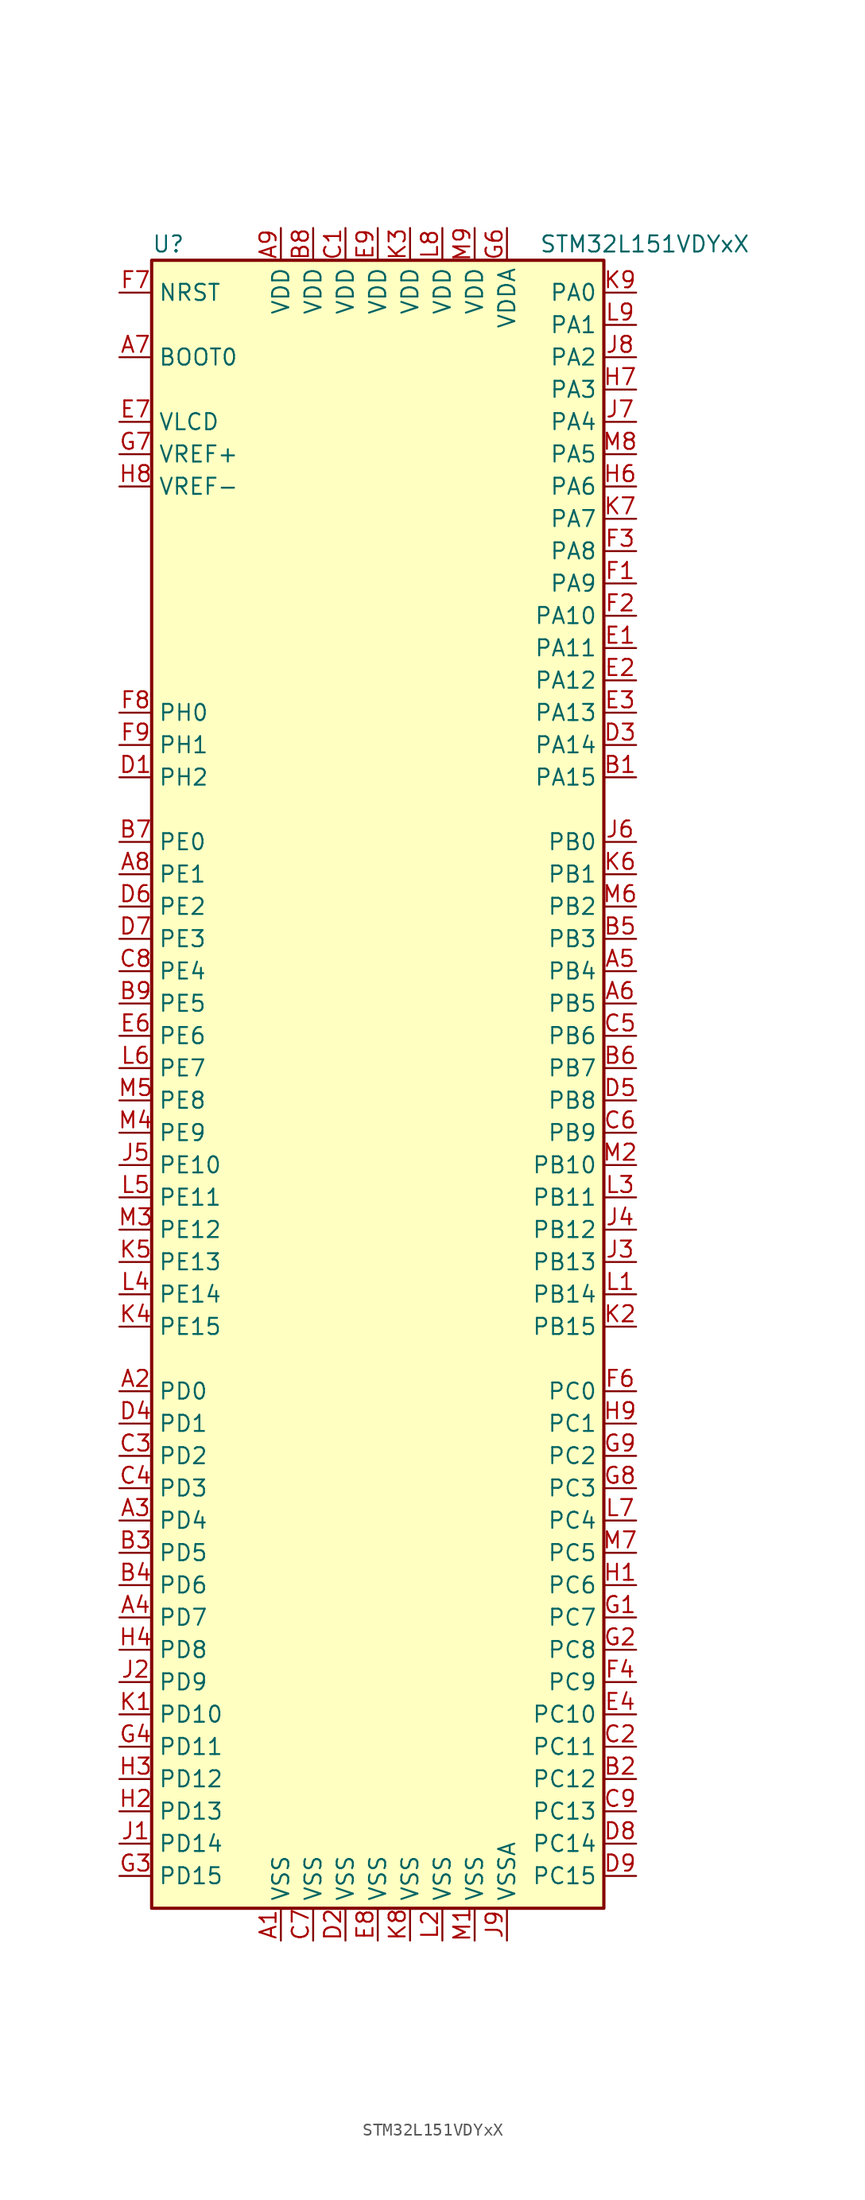
<source format=kicad_sym>
(kicad_symbol_lib
  (version 20211014)
  (generator kicad_symbol_editor)
  (symbol "STM32L151VDYxX"
    (property "Reference" "U"
      (at -17.78 64.77 0)
      (effects (font (size 1.27 1.27)) (justify left)))
    (property "Value" "STM32L151VDYxX"
      (at 12.7 64.77 0)
      (effects (font (size 1.27 1.27)) (justify left)))
    (symbol "STM32L151VDYxX_0_1"
      (rectangle (start -17.78 -66.04) (end 17.78 63.5) (stroke (width 0.254) (type default) (color 0 0 0 0)) (fill (type background))))
    (symbol "STM32L151VDYxX_1_1"
      (pin power_in line (at -7.62 -68.58 90) (length 2.54) (name "VSS" (effects (font (size 1.27 1.27)))) (number "A1" (effects (font (size 1.27 1.27)))))
      (pin bidirectional line (at -20.32 -25.4 0) (length 2.54) (name "PD0" (effects (font (size 1.27 1.27)))) (number "A2" (effects (font (size 1.27 1.27)))))
      (pin bidirectional line (at -20.32 -35.56 0) (length 2.54) (name "PD4" (effects (font (size 1.27 1.27)))) (number "A3" (effects (font (size 1.27 1.27)))))
      (pin bidirectional line (at -20.32 -43.18 0) (length 2.54) (name "PD7" (effects (font (size 1.27 1.27)))) (number "A4" (effects (font (size 1.27 1.27)))))
      (pin bidirectional line (at 20.32 7.62 180) (length 2.54) (name "PB4" (effects (font (size 1.27 1.27)))) (number "A5" (effects (font (size 1.27 1.27)))))
      (pin bidirectional line (at 20.32 5.08 180) (length 2.54) (name "PB5" (effects (font (size 1.27 1.27)))) (number "A6" (effects (font (size 1.27 1.27)))))
      (pin input line (at -20.32 55.88 0) (length 2.54) (name "BOOT0" (effects (font (size 1.27 1.27)))) (number "A7" (effects (font (size 1.27 1.27)))))
      (pin bidirectional line (at -20.32 15.24 0) (length 2.54) (name "PE1" (effects (font (size 1.27 1.27)))) (number "A8" (effects (font (size 1.27 1.27)))))
      (pin power_in line (at -7.62 66.04 270) (length 2.54) (name "VDD" (effects (font (size 1.27 1.27)))) (number "A9" (effects (font (size 1.27 1.27)))))
      (pin bidirectional line (at 20.32 22.86 180) (length 2.54) (name "PA15" (effects (font (size 1.27 1.27)))) (number "B1" (effects (font (size 1.27 1.27)))))
      (pin bidirectional line (at 20.32 -55.88 180) (length 2.54) (name "PC12" (effects (font (size 1.27 1.27)))) (number "B2" (effects (font (size 1.27 1.27)))))
      (pin bidirectional line (at -20.32 -38.1 0) (length 2.54) (name "PD5" (effects (font (size 1.27 1.27)))) (number "B3" (effects (font (size 1.27 1.27)))))
      (pin bidirectional line (at -20.32 -40.64 0) (length 2.54) (name "PD6" (effects (font (size 1.27 1.27)))) (number "B4" (effects (font (size 1.27 1.27)))))
      (pin bidirectional line (at 20.32 10.16 180) (length 2.54) (name "PB3" (effects (font (size 1.27 1.27)))) (number "B5" (effects (font (size 1.27 1.27)))))
      (pin bidirectional line (at 20.32 0 180) (length 2.54) (name "PB7" (effects (font (size 1.27 1.27)))) (number "B6" (effects (font (size 1.27 1.27)))))
      (pin bidirectional line (at -20.32 17.78 0) (length 2.54) (name "PE0" (effects (font (size 1.27 1.27)))) (number "B7" (effects (font (size 1.27 1.27)))))
      (pin power_in line (at -5.08 66.04 270) (length 2.54) (name "VDD" (effects (font (size 1.27 1.27)))) (number "B8" (effects (font (size 1.27 1.27)))))
      (pin bidirectional line (at -20.32 5.08 0) (length 2.54) (name "PE5" (effects (font (size 1.27 1.27)))) (number "B9" (effects (font (size 1.27 1.27)))))
      (pin power_in line (at -2.54 66.04 270) (length 2.54) (name "VDD" (effects (font (size 1.27 1.27)))) (number "C1" (effects (font (size 1.27 1.27)))))
      (pin bidirectional line (at 20.32 -53.34 180) (length 2.54) (name "PC11" (effects (font (size 1.27 1.27)))) (number "C2" (effects (font (size 1.27 1.27)))))
      (pin bidirectional line (at -20.32 -30.48 0) (length 2.54) (name "PD2" (effects (font (size 1.27 1.27)))) (number "C3" (effects (font (size 1.27 1.27)))))
      (pin bidirectional line (at -20.32 -33.02 0) (length 2.54) (name "PD3" (effects (font (size 1.27 1.27)))) (number "C4" (effects (font (size 1.27 1.27)))))
      (pin bidirectional line (at 20.32 2.54 180) (length 2.54) (name "PB6" (effects (font (size 1.27 1.27)))) (number "C5" (effects (font (size 1.27 1.27)))))
      (pin bidirectional line (at 20.32 -5.08 180) (length 2.54) (name "PB9" (effects (font (size 1.27 1.27)))) (number "C6" (effects (font (size 1.27 1.27)))))
      (pin power_in line (at -5.08 -68.58 90) (length 2.54) (name "VSS" (effects (font (size 1.27 1.27)))) (number "C7" (effects (font (size 1.27 1.27)))))
      (pin bidirectional line (at -20.32 7.62 0) (length 2.54) (name "PE4" (effects (font (size 1.27 1.27)))) (number "C8" (effects (font (size 1.27 1.27)))))
      (pin bidirectional line (at 20.32 -58.42 180) (length 2.54) (name "PC13" (effects (font (size 1.27 1.27)))) (number "C9" (effects (font (size 1.27 1.27)))))
      (pin bidirectional line (at -20.32 22.86 0) (length 2.54) (name "PH2" (effects (font (size 1.27 1.27)))) (number "D1" (effects (font (size 1.27 1.27)))))
      (pin power_in line (at -2.54 -68.58 90) (length 2.54) (name "VSS" (effects (font (size 1.27 1.27)))) (number "D2" (effects (font (size 1.27 1.27)))))
      (pin bidirectional line (at 20.32 25.4 180) (length 2.54) (name "PA14" (effects (font (size 1.27 1.27)))) (number "D3" (effects (font (size 1.27 1.27)))))
      (pin bidirectional line (at -20.32 -27.94 0) (length 2.54) (name "PD1" (effects (font (size 1.27 1.27)))) (number "D4" (effects (font (size 1.27 1.27)))))
      (pin bidirectional line (at 20.32 -2.54 180) (length 2.54) (name "PB8" (effects (font (size 1.27 1.27)))) (number "D5" (effects (font (size 1.27 1.27)))))
      (pin bidirectional line (at -20.32 12.7 0) (length 2.54) (name "PE2" (effects (font (size 1.27 1.27)))) (number "D6" (effects (font (size 1.27 1.27)))))
      (pin bidirectional line (at -20.32 10.16 0) (length 2.54) (name "PE3" (effects (font (size 1.27 1.27)))) (number "D7" (effects (font (size 1.27 1.27)))))
      (pin bidirectional line (at 20.32 -60.96 180) (length 2.54) (name "PC14" (effects (font (size 1.27 1.27)))) (number "D8" (effects (font (size 1.27 1.27)))))
      (pin bidirectional line (at 20.32 -63.5 180) (length 2.54) (name "PC15" (effects (font (size 1.27 1.27)))) (number "D9" (effects (font (size 1.27 1.27)))))
      (pin bidirectional line (at 20.32 33.02 180) (length 2.54) (name "PA11" (effects (font (size 1.27 1.27)))) (number "E1" (effects (font (size 1.27 1.27)))))
      (pin bidirectional line (at 20.32 30.48 180) (length 2.54) (name "PA12" (effects (font (size 1.27 1.27)))) (number "E2" (effects (font (size 1.27 1.27)))))
      (pin bidirectional line (at 20.32 27.94 180) (length 2.54) (name "PA13" (effects (font (size 1.27 1.27)))) (number "E3" (effects (font (size 1.27 1.27)))))
      (pin bidirectional line (at 20.32 -50.8 180) (length 2.54) (name "PC10" (effects (font (size 1.27 1.27)))) (number "E4" (effects (font (size 1.27 1.27)))))
      (pin bidirectional line (at -20.32 2.54 0) (length 2.54) (name "PE6" (effects (font (size 1.27 1.27)))) (number "E6" (effects (font (size 1.27 1.27)))))
      (pin power_in line (at -20.32 50.8 0) (length 2.54) (name "VLCD" (effects (font (size 1.27 1.27)))) (number "E7" (effects (font (size 1.27 1.27)))))
      (pin power_in line (at 0 -68.58 90) (length 2.54) (name "VSS" (effects (font (size 1.27 1.27)))) (number "E8" (effects (font (size 1.27 1.27)))))
      (pin power_in line (at 0 66.04 270) (length 2.54) (name "VDD" (effects (font (size 1.27 1.27)))) (number "E9" (effects (font (size 1.27 1.27)))))
      (pin bidirectional line (at 20.32 38.1 180) (length 2.54) (name "PA9" (effects (font (size 1.27 1.27)))) (number "F1" (effects (font (size 1.27 1.27)))))
      (pin bidirectional line (at 20.32 35.56 180) (length 2.54) (name "PA10" (effects (font (size 1.27 1.27)))) (number "F2" (effects (font (size 1.27 1.27)))))
      (pin bidirectional line (at 20.32 40.64 180) (length 2.54) (name "PA8" (effects (font (size 1.27 1.27)))) (number "F3" (effects (font (size 1.27 1.27)))))
      (pin bidirectional line (at 20.32 -48.26 180) (length 2.54) (name "PC9" (effects (font (size 1.27 1.27)))) (number "F4" (effects (font (size 1.27 1.27)))))
      (pin bidirectional line (at 20.32 -25.4 180) (length 2.54) (name "PC0" (effects (font (size 1.27 1.27)))) (number "F6" (effects (font (size 1.27 1.27)))))
      (pin input line (at -20.32 60.96 0) (length 2.54) (name "NRST" (effects (font (size 1.27 1.27)))) (number "F7" (effects (font (size 1.27 1.27)))))
      (pin input line (at -20.32 27.94 0) (length 2.54) (name "PH0" (effects (font (size 1.27 1.27)))) (number "F8" (effects (font (size 1.27 1.27)))))
      (pin input line (at -20.32 25.4 0) (length 2.54) (name "PH1" (effects (font (size 1.27 1.27)))) (number "F9" (effects (font (size 1.27 1.27)))))
      (pin bidirectional line (at 20.32 -43.18 180) (length 2.54) (name "PC7" (effects (font (size 1.27 1.27)))) (number "G1" (effects (font (size 1.27 1.27)))))
      (pin bidirectional line (at 20.32 -45.72 180) (length 2.54) (name "PC8" (effects (font (size 1.27 1.27)))) (number "G2" (effects (font (size 1.27 1.27)))))
      (pin bidirectional line (at -20.32 -63.5 0) (length 2.54) (name "PD15" (effects (font (size 1.27 1.27)))) (number "G3" (effects (font (size 1.27 1.27)))))
      (pin bidirectional line (at -20.32 -53.34 0) (length 2.54) (name "PD11" (effects (font (size 1.27 1.27)))) (number "G4" (effects (font (size 1.27 1.27)))))
      (pin power_in line (at 10.16 66.04 270) (length 2.54) (name "VDDA" (effects (font (size 1.27 1.27)))) (number "G6" (effects (font (size 1.27 1.27)))))
      (pin power_in line (at -20.32 48.26 0) (length 2.54) (name "VREF+" (effects (font (size 1.27 1.27)))) (number "G7" (effects (font (size 1.27 1.27)))))
      (pin bidirectional line (at 20.32 -33.02 180) (length 2.54) (name "PC3" (effects (font (size 1.27 1.27)))) (number "G8" (effects (font (size 1.27 1.27)))))
      (pin bidirectional line (at 20.32 -30.48 180) (length 2.54) (name "PC2" (effects (font (size 1.27 1.27)))) (number "G9" (effects (font (size 1.27 1.27)))))
      (pin bidirectional line (at 20.32 -40.64 180) (length 2.54) (name "PC6" (effects (font (size 1.27 1.27)))) (number "H1" (effects (font (size 1.27 1.27)))))
      (pin bidirectional line (at -20.32 -58.42 0) (length 2.54) (name "PD13" (effects (font (size 1.27 1.27)))) (number "H2" (effects (font (size 1.27 1.27)))))
      (pin bidirectional line (at -20.32 -55.88 0) (length 2.54) (name "PD12" (effects (font (size 1.27 1.27)))) (number "H3" (effects (font (size 1.27 1.27)))))
      (pin bidirectional line (at -20.32 -45.72 0) (length 2.54) (name "PD8" (effects (font (size 1.27 1.27)))) (number "H4" (effects (font (size 1.27 1.27)))))
      (pin bidirectional line (at 20.32 45.72 180) (length 2.54) (name "PA6" (effects (font (size 1.27 1.27)))) (number "H6" (effects (font (size 1.27 1.27)))))
      (pin bidirectional line (at 20.32 53.34 180) (length 2.54) (name "PA3" (effects (font (size 1.27 1.27)))) (number "H7" (effects (font (size 1.27 1.27)))))
      (pin power_in line (at -20.32 45.72 0) (length 2.54) (name "VREF-" (effects (font (size 1.27 1.27)))) (number "H8" (effects (font (size 1.27 1.27)))))
      (pin bidirectional line (at 20.32 -27.94 180) (length 2.54) (name "PC1" (effects (font (size 1.27 1.27)))) (number "H9" (effects (font (size 1.27 1.27)))))
      (pin bidirectional line (at -20.32 -60.96 0) (length 2.54) (name "PD14" (effects (font (size 1.27 1.27)))) (number "J1" (effects (font (size 1.27 1.27)))))
      (pin bidirectional line (at -20.32 -48.26 0) (length 2.54) (name "PD9" (effects (font (size 1.27 1.27)))) (number "J2" (effects (font (size 1.27 1.27)))))
      (pin bidirectional line (at 20.32 -15.24 180) (length 2.54) (name "PB13" (effects (font (size 1.27 1.27)))) (number "J3" (effects (font (size 1.27 1.27)))))
      (pin bidirectional line (at 20.32 -12.7 180) (length 2.54) (name "PB12" (effects (font (size 1.27 1.27)))) (number "J4" (effects (font (size 1.27 1.27)))))
      (pin bidirectional line (at -20.32 -7.62 0) (length 2.54) (name "PE10" (effects (font (size 1.27 1.27)))) (number "J5" (effects (font (size 1.27 1.27)))))
      (pin bidirectional line (at 20.32 17.78 180) (length 2.54) (name "PB0" (effects (font (size 1.27 1.27)))) (number "J6" (effects (font (size 1.27 1.27)))))
      (pin bidirectional line (at 20.32 50.8 180) (length 2.54) (name "PA4" (effects (font (size 1.27 1.27)))) (number "J7" (effects (font (size 1.27 1.27)))))
      (pin bidirectional line (at 20.32 55.88 180) (length 2.54) (name "PA2" (effects (font (size 1.27 1.27)))) (number "J8" (effects (font (size 1.27 1.27)))))
      (pin power_in line (at 10.16 -68.58 90) (length 2.54) (name "VSSA" (effects (font (size 1.27 1.27)))) (number "J9" (effects (font (size 1.27 1.27)))))
      (pin bidirectional line (at -20.32 -50.8 0) (length 2.54) (name "PD10" (effects (font (size 1.27 1.27)))) (number "K1" (effects (font (size 1.27 1.27)))))
      (pin bidirectional line (at 20.32 -20.32 180) (length 2.54) (name "PB15" (effects (font (size 1.27 1.27)))) (number "K2" (effects (font (size 1.27 1.27)))))
      (pin power_in line (at 2.54 66.04 270) (length 2.54) (name "VDD" (effects (font (size 1.27 1.27)))) (number "K3" (effects (font (size 1.27 1.27)))))
      (pin bidirectional line (at -20.32 -20.32 0) (length 2.54) (name "PE15" (effects (font (size 1.27 1.27)))) (number "K4" (effects (font (size 1.27 1.27)))))
      (pin bidirectional line (at -20.32 -15.24 0) (length 2.54) (name "PE13" (effects (font (size 1.27 1.27)))) (number "K5" (effects (font (size 1.27 1.27)))))
      (pin bidirectional line (at 20.32 15.24 180) (length 2.54) (name "PB1" (effects (font (size 1.27 1.27)))) (number "K6" (effects (font (size 1.27 1.27)))))
      (pin bidirectional line (at 20.32 43.18 180) (length 2.54) (name "PA7" (effects (font (size 1.27 1.27)))) (number "K7" (effects (font (size 1.27 1.27)))))
      (pin power_in line (at 2.54 -68.58 90) (length 2.54) (name "VSS" (effects (font (size 1.27 1.27)))) (number "K8" (effects (font (size 1.27 1.27)))))
      (pin bidirectional line (at 20.32 60.96 180) (length 2.54) (name "PA0" (effects (font (size 1.27 1.27)))) (number "K9" (effects (font (size 1.27 1.27)))))
      (pin bidirectional line (at 20.32 -17.78 180) (length 2.54) (name "PB14" (effects (font (size 1.27 1.27)))) (number "L1" (effects (font (size 1.27 1.27)))))
      (pin power_in line (at 5.08 -68.58 90) (length 2.54) (name "VSS" (effects (font (size 1.27 1.27)))) (number "L2" (effects (font (size 1.27 1.27)))))
      (pin bidirectional line (at 20.32 -10.16 180) (length 2.54) (name "PB11" (effects (font (size 1.27 1.27)))) (number "L3" (effects (font (size 1.27 1.27)))))
      (pin bidirectional line (at -20.32 -17.78 0) (length 2.54) (name "PE14" (effects (font (size 1.27 1.27)))) (number "L4" (effects (font (size 1.27 1.27)))))
      (pin bidirectional line (at -20.32 -10.16 0) (length 2.54) (name "PE11" (effects (font (size 1.27 1.27)))) (number "L5" (effects (font (size 1.27 1.27)))))
      (pin bidirectional line (at -20.32 0 0) (length 2.54) (name "PE7" (effects (font (size 1.27 1.27)))) (number "L6" (effects (font (size 1.27 1.27)))))
      (pin bidirectional line (at 20.32 -35.56 180) (length 2.54) (name "PC4" (effects (font (size 1.27 1.27)))) (number "L7" (effects (font (size 1.27 1.27)))))
      (pin power_in line (at 5.08 66.04 270) (length 2.54) (name "VDD" (effects (font (size 1.27 1.27)))) (number "L8" (effects (font (size 1.27 1.27)))))
      (pin bidirectional line (at 20.32 58.42 180) (length 2.54) (name "PA1" (effects (font (size 1.27 1.27)))) (number "L9" (effects (font (size 1.27 1.27)))))
      (pin power_in line (at 7.62 -68.58 90) (length 2.54) (name "VSS" (effects (font (size 1.27 1.27)))) (number "M1" (effects (font (size 1.27 1.27)))))
      (pin bidirectional line (at 20.32 -7.62 180) (length 2.54) (name "PB10" (effects (font (size 1.27 1.27)))) (number "M2" (effects (font (size 1.27 1.27)))))
      (pin bidirectional line (at -20.32 -12.7 0) (length 2.54) (name "PE12" (effects (font (size 1.27 1.27)))) (number "M3" (effects (font (size 1.27 1.27)))))
      (pin bidirectional line (at -20.32 -5.08 0) (length 2.54) (name "PE9" (effects (font (size 1.27 1.27)))) (number "M4" (effects (font (size 1.27 1.27)))))
      (pin bidirectional line (at -20.32 -2.54 0) (length 2.54) (name "PE8" (effects (font (size 1.27 1.27)))) (number "M5" (effects (font (size 1.27 1.27)))))
      (pin bidirectional line (at 20.32 12.7 180) (length 2.54) (name "PB2" (effects (font (size 1.27 1.27)))) (number "M6" (effects (font (size 1.27 1.27)))))
      (pin bidirectional line (at 20.32 -38.1 180) (length 2.54) (name "PC5" (effects (font (size 1.27 1.27)))) (number "M7" (effects (font (size 1.27 1.27)))))
      (pin bidirectional line (at 20.32 48.26 180) (length 2.54) (name "PA5" (effects (font (size 1.27 1.27)))) (number "M8" (effects (font (size 1.27 1.27)))))
      (pin power_in line (at 7.62 66.04 270) (length 2.54) (name "VDD" (effects (font (size 1.27 1.27)))) (number "M9" (effects (font (size 1.27 1.27))))))))
</source>
